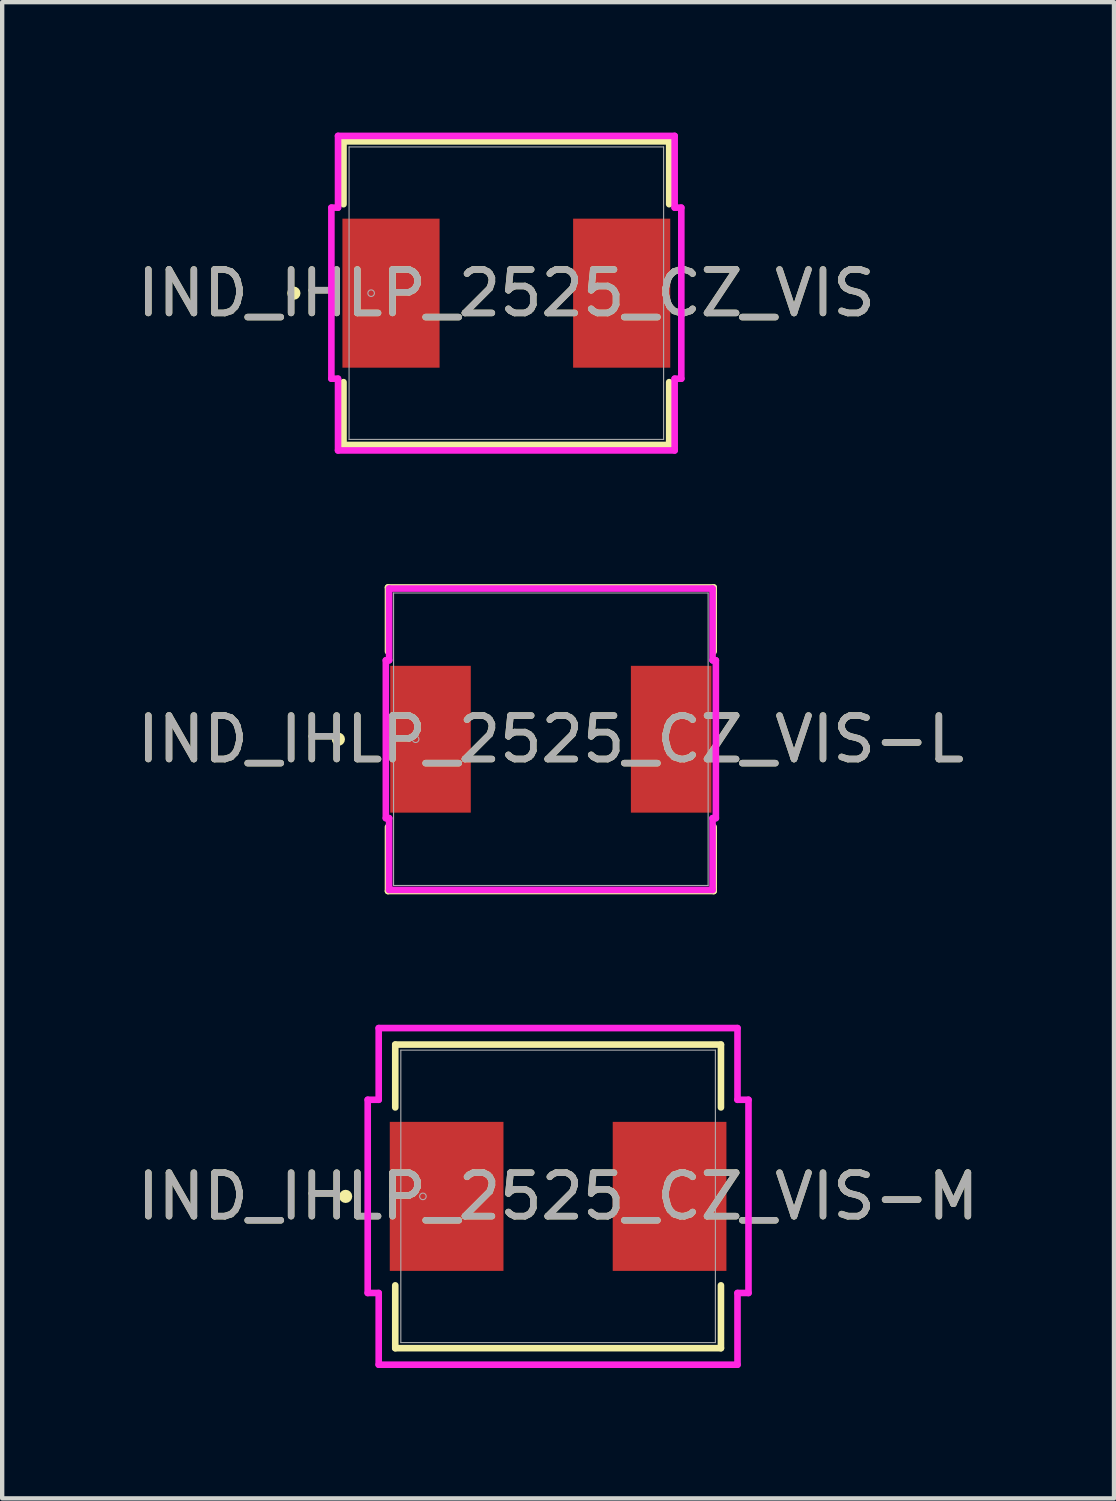
<source format=kicad_pcb>
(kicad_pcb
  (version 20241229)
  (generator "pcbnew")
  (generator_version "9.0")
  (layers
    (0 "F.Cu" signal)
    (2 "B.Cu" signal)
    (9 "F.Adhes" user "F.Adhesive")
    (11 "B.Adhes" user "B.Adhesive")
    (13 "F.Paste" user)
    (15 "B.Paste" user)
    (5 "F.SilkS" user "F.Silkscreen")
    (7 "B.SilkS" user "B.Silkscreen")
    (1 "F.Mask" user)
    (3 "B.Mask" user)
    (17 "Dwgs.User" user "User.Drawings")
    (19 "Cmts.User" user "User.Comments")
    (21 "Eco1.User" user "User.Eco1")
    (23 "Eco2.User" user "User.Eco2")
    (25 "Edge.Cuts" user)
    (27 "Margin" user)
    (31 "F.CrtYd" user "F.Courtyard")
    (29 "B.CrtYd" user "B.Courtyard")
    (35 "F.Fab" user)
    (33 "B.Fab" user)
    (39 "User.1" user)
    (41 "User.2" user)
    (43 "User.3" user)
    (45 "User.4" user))
  (footprint "IND_IHLP_2525_CZ_VIS-M"
    (layer "F.Cu")
    (at 9.792 24.479)
    (property "Reference" "IND_IHLP_2525_CZ_VIS-M" (at 0 0 0) (unlocked yes) (layer "F.SilkS") (effects (font (size 1 1) (thickness 0.15))))
    (attr smd)
    (fp_line (start -3.747 -3.493) (end -3.747 -2.047) (stroke (width 0.152) (type solid)) (layer "F.SilkS"))
    (fp_line (start -3.747 2.047) (end -3.747 3.493) (stroke (width 0.152) (type solid)) (layer "F.SilkS"))
    (fp_line (start -3.747 3.493) (end 3.747 3.493) (stroke (width 0.152) (type solid)) (layer "F.SilkS"))
    (fp_line (start 3.747 -3.493) (end -3.747 -3.493) (stroke (width 0.152) (type solid)) (layer "F.SilkS"))
    (fp_line (start 3.747 -2.047) (end 3.747 -3.493) (stroke (width 0.152) (type solid)) (layer "F.SilkS"))
    (fp_line (start 3.747 3.493) (end 3.747 2.047) (stroke (width 0.152) (type solid)) (layer "F.SilkS"))
    (fp_circle (center -4.889 0) (end -4.813 0) (stroke (width 0.152) (type solid)) (fill no) (layer "F.SilkS"))
    (fp_line (start -4.381 -2.223) (end -4.128 -2.223) (stroke (width 0.152) (type solid)) (layer "F.CrtYd"))
    (fp_line (start -4.381 2.223) (end -4.381 -2.223) (stroke (width 0.152) (type solid)) (layer "F.CrtYd"))
    (fp_line (start -4.128 -3.873) (end 4.128 -3.873) (stroke (width 0.152) (type solid)) (layer "F.CrtYd"))
    (fp_line (start -4.128 -2.223) (end -4.128 -3.873) (stroke (width 0.152) (type solid)) (layer "F.CrtYd"))
    (fp_line (start -4.128 2.223) (end -4.381 2.223) (stroke (width 0.152) (type solid)) (layer "F.CrtYd"))
    (fp_line (start -4.128 3.873) (end -4.128 2.223) (stroke (width 0.152) (type solid)) (layer "F.CrtYd"))
    (fp_line (start 4.128 -3.873) (end 4.128 -2.223) (stroke (width 0.152) (type solid)) (layer "F.CrtYd"))
    (fp_line (start 4.128 -2.223) (end 4.381 -2.223) (stroke (width 0.152) (type solid)) (layer "F.CrtYd"))
    (fp_line (start 4.128 2.223) (end 4.128 3.873) (stroke (width 0.152) (type solid)) (layer "F.CrtYd"))
    (fp_line (start 4.128 3.873) (end -4.128 3.873) (stroke (width 0.152) (type solid)) (layer "F.CrtYd"))
    (fp_line (start 4.381 -2.223) (end 4.381 2.223) (stroke (width 0.152) (type solid)) (layer "F.CrtYd"))
    (fp_line (start 4.381 2.223) (end 4.128 2.223) (stroke (width 0.152) (type solid)) (layer "F.CrtYd"))
    (fp_line (start -3.619 -3.365) (end -3.619 3.365) (stroke (width 0.025) (type solid)) (layer "F.Fab"))
    (fp_line (start -3.619 3.365) (end 3.619 3.365) (stroke (width 0.025) (type solid)) (layer "F.Fab"))
    (fp_line (start 3.619 -3.365) (end -3.619 -3.365) (stroke (width 0.025) (type solid)) (layer "F.Fab"))
    (fp_line (start 3.619 3.365) (end 3.619 -3.365) (stroke (width 0.025) (type solid)) (layer "F.Fab"))
    (fp_circle (center -3.111 0) (end -3.035 0) (stroke (width 0.025) (type solid)) (fill no) (layer "F.Fab"))
    (fp_text user "${REFERENCE}" (at 0 0 0) (unlocked yes) (layer "F.Fab") (effects (font (size 1 1) (thickness 0.15))))
    (pad "1" smd rect (at -2.565 0 90) (size 3.429 2.616) (layers "F.Cu" "F.Mask" "F.Paste"))
    (pad "2" smd rect (at 2.565 0 90) (size 3.429 2.616) (layers "F.Cu" "F.Mask" "F.Paste"))
    (zone (net_name "") (layer "F.Cu") (hatch full 0.508) (connect_pads) (min_thickness 0.254) (filled_areas_thickness no) (keepout (tracks not_allowed) (vias not_allowed) (pads allowed) (copperpour not_allowed) (footprints allowed)) (placement (enabled no)) (fill) (polygon (pts (xy 6.223 21.164) (xy 13.36 21.164) (xy 13.36 22.713) (xy 6.223 22.713))))
    (zone (net_name "") (layer "F.Cu") (hatch full 0.508) (connect_pads) (min_thickness 0.254) (filled_areas_thickness no) (keepout (tracks not_allowed) (vias not_allowed) (pads allowed) (copperpour not_allowed) (footprints allowed)) (placement (enabled no)) (fill) (polygon (pts (xy 6.223 26.244) (xy 13.36 26.244) (xy 13.36 27.793) (xy 6.223 27.793))))
    (zone (net_name "") (layer "F.Cu") (hatch full 0.508) (connect_pads) (min_thickness 0.254) (filled_areas_thickness no) (keepout (tracks not_allowed) (vias not_allowed) (pads allowed) (copperpour not_allowed) (footprints allowed)) (placement (enabled no)) (fill) (polygon (pts (xy 8.585 22.713) (xy 10.998 22.713) (xy 10.998 26.244) (xy 8.585 26.244)))))
  (footprint "IND_IHLP_2525_CZ_VIS-L"
    (layer "F.Cu")
    (at 9.625 13.96)
    (property "Reference" "IND_IHLP_2525_CZ_VIS-L" (at 0 0 0) (unlocked yes) (layer "F.SilkS") (effects (font (size 1 1) (thickness 0.15))))
    (attr smd)
    (fp_line (start -3.747 -3.493) (end -3.747 -2.018) (stroke (width 0.152) (type solid)) (layer "F.SilkS"))
    (fp_line (start -3.747 2.018) (end -3.747 3.493) (stroke (width 0.152) (type solid)) (layer "F.SilkS"))
    (fp_line (start -3.747 3.493) (end 3.747 3.493) (stroke (width 0.152) (type solid)) (layer "F.SilkS"))
    (fp_line (start 3.747 -3.493) (end -3.747 -3.493) (stroke (width 0.152) (type solid)) (layer "F.SilkS"))
    (fp_line (start 3.747 -2.018) (end 3.747 -3.493) (stroke (width 0.152) (type solid)) (layer "F.SilkS"))
    (fp_line (start 3.747 3.493) (end 3.747 2.018) (stroke (width 0.152) (type solid)) (layer "F.SilkS"))
    (fp_circle (center -4.889 0) (end -4.813 0) (stroke (width 0.152) (type solid)) (fill no) (layer "F.SilkS"))
    (fp_line (start -3.797 -1.816) (end -3.721 -1.816) (stroke (width 0.152) (type solid)) (layer "F.CrtYd"))
    (fp_line (start -3.797 1.816) (end -3.797 -1.816) (stroke (width 0.152) (type solid)) (layer "F.CrtYd"))
    (fp_line (start -3.721 -3.467) (end 3.721 -3.467) (stroke (width 0.152) (type solid)) (layer "F.CrtYd"))
    (fp_line (start -3.721 -1.816) (end -3.721 -3.467) (stroke (width 0.152) (type solid)) (layer "F.CrtYd"))
    (fp_line (start -3.721 1.816) (end -3.797 1.816) (stroke (width 0.152) (type solid)) (layer "F.CrtYd"))
    (fp_line (start -3.721 3.467) (end -3.721 1.816) (stroke (width 0.152) (type solid)) (layer "F.CrtYd"))
    (fp_line (start 3.721 -3.467) (end 3.721 -1.816) (stroke (width 0.152) (type solid)) (layer "F.CrtYd"))
    (fp_line (start 3.721 -1.816) (end 3.797 -1.816) (stroke (width 0.152) (type solid)) (layer "F.CrtYd"))
    (fp_line (start 3.721 1.816) (end 3.721 3.467) (stroke (width 0.152) (type solid)) (layer "F.CrtYd"))
    (fp_line (start 3.721 3.467) (end -3.721 3.467) (stroke (width 0.152) (type solid)) (layer "F.CrtYd"))
    (fp_line (start 3.797 -1.816) (end 3.797 1.816) (stroke (width 0.152) (type solid)) (layer "F.CrtYd"))
    (fp_line (start 3.797 1.816) (end 3.721 1.816) (stroke (width 0.152) (type solid)) (layer "F.CrtYd"))
    (fp_line (start -3.619 -3.365) (end -3.619 3.365) (stroke (width 0.025) (type solid)) (layer "F.Fab"))
    (fp_line (start -3.619 3.365) (end 3.619 3.365) (stroke (width 0.025) (type solid)) (layer "F.Fab"))
    (fp_line (start 3.619 -3.365) (end -3.619 -3.365) (stroke (width 0.025) (type solid)) (layer "F.Fab"))
    (fp_line (start 3.619 3.365) (end 3.619 -3.365) (stroke (width 0.025) (type solid)) (layer "F.Fab"))
    (fp_circle (center -3.111 0) (end -3.035 0) (stroke (width 0.025) (type solid)) (fill no) (layer "F.Fab"))
    (fp_text user "${REFERENCE}" (at 0 0 0) (unlocked yes) (layer "F.Fab") (effects (font (size 1 1) (thickness 0.15))))
    (pad "1" smd rect (at -2.769 0 90) (size 3.378 1.854) (layers "F.Cu" "F.Mask" "F.Paste"))
    (pad "2" smd rect (at 2.769 0 90) (size 3.378 1.854) (layers "F.Cu" "F.Mask" "F.Paste"))
    (zone (net_name "") (layer "F.Cu") (hatch full 0.508) (connect_pads) (min_thickness 0.254) (filled_areas_thickness no) (keepout (tracks not_allowed) (vias not_allowed) (pads allowed) (copperpour not_allowed) (footprints allowed)) (placement (enabled no)) (fill) (polygon (pts (xy 6.056 10.645) (xy 13.194 10.645) (xy 13.194 12.195) (xy 6.056 12.195))))
    (zone (net_name "") (layer "F.Cu") (hatch full 0.508) (connect_pads) (min_thickness 0.254) (filled_areas_thickness no) (keepout (tracks not_allowed) (vias not_allowed) (pads allowed) (copperpour not_allowed) (footprints allowed)) (placement (enabled no)) (fill) (polygon (pts (xy 6.056 15.725) (xy 13.194 15.725) (xy 13.194 17.275) (xy 6.056 17.275))))
    (zone (net_name "") (layer "F.Cu") (hatch full 0.508) (connect_pads) (min_thickness 0.254) (filled_areas_thickness no) (keepout (tracks not_allowed) (vias not_allowed) (pads allowed) (copperpour not_allowed) (footprints allowed)) (placement (enabled no)) (fill) (polygon (pts (xy 7.834 12.195) (xy 11.416 12.195) (xy 11.416 15.725) (xy 7.834 15.725)))))
  (footprint "IND_IHLP_2525_CZ_VIS"
    (layer "F.Cu")
    (at 8.601 3.696)
    (property "Reference" "IND_IHLP_2525_CZ_VIS" (at 0 0 0) (unlocked yes) (layer "F.SilkS") (effects (font (size 1 1) (thickness 0.15))))
    (attr smd)
    (fp_line (start -3.747 -3.493) (end -3.747 -2.047) (stroke (width 0.152) (type solid)) (layer "F.SilkS"))
    (fp_line (start -3.747 2.047) (end -3.747 3.493) (stroke (width 0.152) (type solid)) (layer "F.SilkS"))
    (fp_line (start -3.747 3.493) (end 3.747 3.493) (stroke (width 0.152) (type solid)) (layer "F.SilkS"))
    (fp_line (start 3.747 -3.493) (end -3.747 -3.493) (stroke (width 0.152) (type solid)) (layer "F.SilkS"))
    (fp_line (start 3.747 -2.047) (end 3.747 -3.493) (stroke (width 0.152) (type solid)) (layer "F.SilkS"))
    (fp_line (start 3.747 3.493) (end 3.747 2.047) (stroke (width 0.152) (type solid)) (layer "F.SilkS"))
    (fp_circle (center -4.889 0) (end -4.813 0) (stroke (width 0.152) (type solid)) (fill no) (layer "F.SilkS"))
    (fp_line (start -4.026 -1.968) (end -3.873 -1.968) (stroke (width 0.152) (type solid)) (layer "F.CrtYd"))
    (fp_line (start -4.026 1.968) (end -4.026 -1.968) (stroke (width 0.152) (type solid)) (layer "F.CrtYd"))
    (fp_line (start -3.873 -3.619) (end 3.873 -3.619) (stroke (width 0.152) (type solid)) (layer "F.CrtYd"))
    (fp_line (start -3.873 -1.968) (end -3.873 -3.619) (stroke (width 0.152) (type solid)) (layer "F.CrtYd"))
    (fp_line (start -3.873 1.968) (end -4.026 1.968) (stroke (width 0.152) (type solid)) (layer "F.CrtYd"))
    (fp_line (start -3.873 3.619) (end -3.873 1.968) (stroke (width 0.152) (type solid)) (layer "F.CrtYd"))
    (fp_line (start 3.873 -3.619) (end 3.873 -1.968) (stroke (width 0.152) (type solid)) (layer "F.CrtYd"))
    (fp_line (start 3.873 -1.968) (end 4.026 -1.968) (stroke (width 0.152) (type solid)) (layer "F.CrtYd"))
    (fp_line (start 3.873 1.968) (end 3.873 3.619) (stroke (width 0.152) (type solid)) (layer "F.CrtYd"))
    (fp_line (start 3.873 3.619) (end -3.873 3.619) (stroke (width 0.152) (type solid)) (layer "F.CrtYd"))
    (fp_line (start 4.026 -1.968) (end 4.026 1.968) (stroke (width 0.152) (type solid)) (layer "F.CrtYd"))
    (fp_line (start 4.026 1.968) (end 3.873 1.968) (stroke (width 0.152) (type solid)) (layer "F.CrtYd"))
    (fp_line (start -3.619 -3.365) (end -3.619 3.365) (stroke (width 0.025) (type solid)) (layer "F.Fab"))
    (fp_line (start -3.619 3.365) (end 3.619 3.365) (stroke (width 0.025) (type solid)) (layer "F.Fab"))
    (fp_line (start 3.619 -3.365) (end -3.619 -3.365) (stroke (width 0.025) (type solid)) (layer "F.Fab"))
    (fp_line (start 3.619 3.365) (end 3.619 -3.365) (stroke (width 0.025) (type solid)) (layer "F.Fab"))
    (fp_circle (center -3.111 0) (end -3.035 0) (stroke (width 0.025) (type solid)) (fill no) (layer "F.Fab"))
    (fp_text user "${REFERENCE}" (at 0 0 0) (unlocked yes) (layer "F.Fab") (effects (font (size 1 1) (thickness 0.15))))
    (pad "1" smd rect (at -2.654 0 90) (size 3.429 2.235) (layers "F.Cu" "F.Mask" "F.Paste"))
    (pad "2" smd rect (at 2.654 0 90) (size 3.429 2.235) (layers "F.Cu" "F.Mask" "F.Paste"))
    (zone (net_name "") (layer "F.Cu") (hatch full 0.508) (connect_pads) (min_thickness 0.254) (filled_areas_thickness no) (keepout (tracks not_allowed) (vias not_allowed) (pads allowed) (copperpour not_allowed) (footprints allowed)) (placement (enabled no)) (fill) (polygon (pts (xy 5.032 0.381) (xy 12.17 0.381) (xy 12.17 1.93) (xy 5.032 1.93))))
    (zone (net_name "") (layer "F.Cu") (hatch full 0.508) (connect_pads) (min_thickness 0.254) (filled_areas_thickness no) (keepout (tracks not_allowed) (vias not_allowed) (pads allowed) (copperpour not_allowed) (footprints allowed)) (placement (enabled no)) (fill) (polygon (pts (xy 5.032 5.461) (xy 12.17 5.461) (xy 12.17 7.01) (xy 5.032 7.01))))
    (zone (net_name "") (layer "F.Cu") (hatch full 0.508) (connect_pads) (min_thickness 0.254) (filled_areas_thickness no) (keepout (tracks not_allowed) (vias not_allowed) (pads allowed) (copperpour not_allowed) (footprints allowed)) (placement (enabled no)) (fill) (polygon (pts (xy 7.115 1.93) (xy 10.087 1.93) (xy 10.087 5.461) (xy 7.115 5.461)))))
  (gr_rect
    (start -3 -3)
    (end 22.583 31.428)
    (stroke (width 0.1) (type default))
    (fill no)
    (layer "Edge.Cuts")))
</source>
